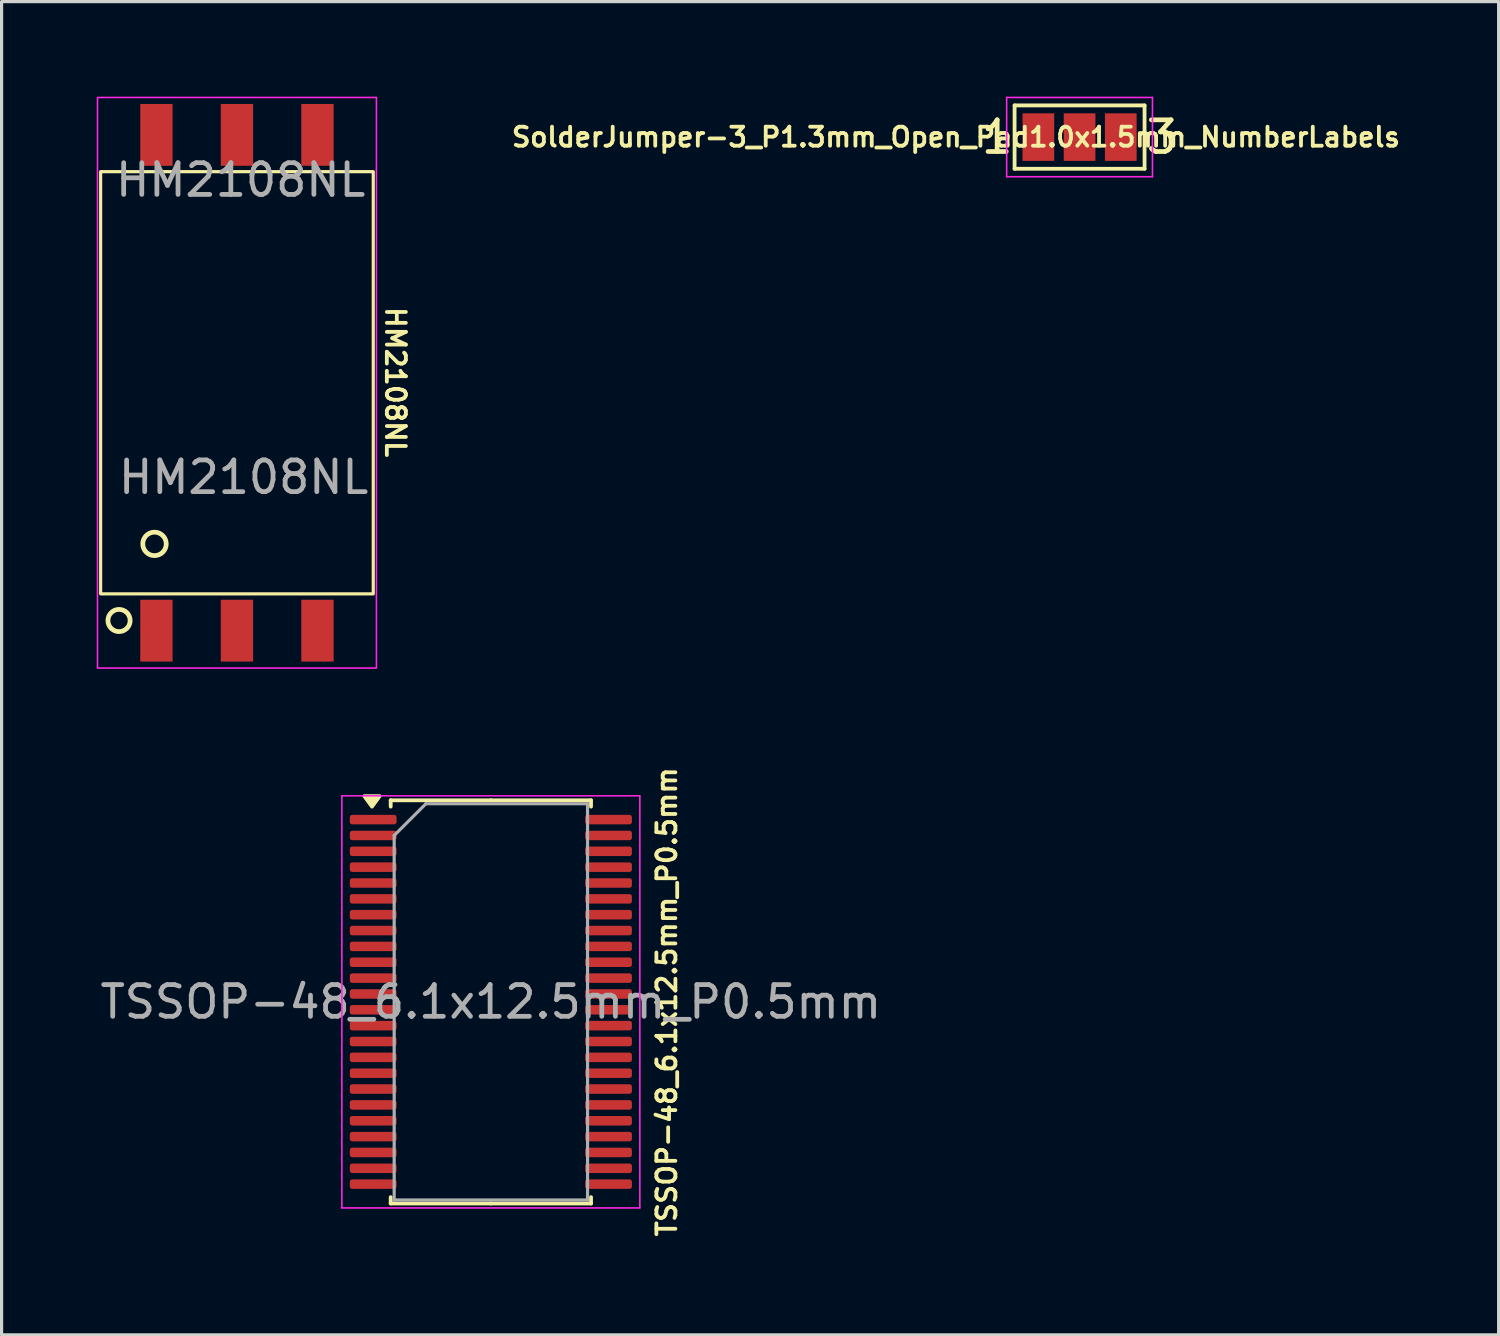
<source format=kicad_pcb>
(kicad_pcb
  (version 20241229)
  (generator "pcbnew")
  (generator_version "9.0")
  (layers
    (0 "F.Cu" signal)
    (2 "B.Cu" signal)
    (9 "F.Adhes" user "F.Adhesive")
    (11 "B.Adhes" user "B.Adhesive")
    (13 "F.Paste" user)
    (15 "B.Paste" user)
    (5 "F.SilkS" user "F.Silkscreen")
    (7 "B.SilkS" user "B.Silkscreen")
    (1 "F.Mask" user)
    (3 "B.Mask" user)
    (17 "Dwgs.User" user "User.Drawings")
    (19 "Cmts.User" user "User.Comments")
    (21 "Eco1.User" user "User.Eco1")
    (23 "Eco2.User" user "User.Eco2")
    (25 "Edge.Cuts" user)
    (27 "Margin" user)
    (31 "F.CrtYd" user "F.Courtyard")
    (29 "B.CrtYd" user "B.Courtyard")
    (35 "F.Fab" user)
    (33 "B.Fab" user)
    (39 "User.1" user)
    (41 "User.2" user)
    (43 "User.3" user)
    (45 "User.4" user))
  (footprint "HM2108NL"
    (layer "F.Cu")
    (at 4.425 9.025)
    (property "Reference" "HM2108NL" (at 5 -0.02 270) (unlocked yes) (layer "F.SilkS") (effects (font (size 0.6 0.6) (thickness 0.12))))
    (attr smd)
    (fp_rect (start -4.3 -6.66) (end 4.3 6.66) (stroke (width 0.1) (type default)) (fill no) (layer "F.SilkS"))
    (fp_circle (center -3.72 7.5) (end -3.37 7.49) (stroke (width 0.15) (type solid)) (fill no) (layer "F.SilkS"))
    (fp_circle (center -2.601 5.083) (end -2.245 4.982) (stroke (width 0.15) (type solid)) (fill no) (layer "F.SilkS"))
    (fp_rect (start -4.4 -9) (end 4.4 9) (stroke (width 0.05) (type default)) (fill no) (layer "F.CrtYd"))
    (fp_text user "${REFERENCE}" (at 0.117 -6.397 180) (layer "F.Fab") (effects (font (size 1 1) (thickness 0.15))))
    (fp_text user "${REFERENCE}" (at 0.21 2.98 0) (unlocked yes) (layer "F.Fab") (effects (font (size 1 1) (thickness 0.15))))
    (pad "1" smd rect (at -2.54 7.82) (size 1.02 1.95) (layers "F.Cu" "F.Mask" "F.Paste"))
    (pad "2" smd rect (at 0 7.82) (size 1.02 1.95) (layers "F.Cu" "F.Mask" "F.Paste"))
    (pad "3" smd rect (at 2.54 7.82) (size 1.02 1.95) (layers "F.Cu" "F.Mask" "F.Paste"))
    (pad "4" smd rect (at 2.54 -7.82) (size 1.02 1.95) (layers "F.Cu" "F.Mask" "F.Paste"))
    (pad "5" smd rect (at 0 -7.82) (size 1.02 1.95) (layers "F.Cu" "F.Mask" "F.Paste"))
    (pad "6" smd rect (at -2.54 -7.82) (size 1.02 1.95) (layers "F.Cu" "F.Mask" "F.Paste")))
  (footprint "SolderJumper-3_P1.3mm_Open_Pad1.0x1.5mm_NumberLabels"
    (layer "F.Cu")
    (at 31.007 1.275)
    (property "Reference" "SolderJumper-3_P1.3mm_Open_Pad1.0x1.5mm_NumberLabels" (at -3.9 0 0) (layer "F.SilkS") (effects (font (size 0.6 0.6) (thickness 0.12))))
    (attr exclude_from_pos_files exclude_from_bom)
    (fp_line (start -2.05 -1) (end 2.05 -1) (stroke (width 0.12) (type solid)) (layer "F.SilkS"))
    (fp_line (start -2.05 1) (end -2.05 -1) (stroke (width 0.12) (type solid)) (layer "F.SilkS"))
    (fp_line (start 2.05 -1) (end 2.05 1) (stroke (width 0.12) (type solid)) (layer "F.SilkS"))
    (fp_line (start 2.05 1) (end -2.05 1) (stroke (width 0.12) (type solid)) (layer "F.SilkS"))
    (fp_line (start -2.3 -1.25) (end -2.3 1.25) (stroke (width 0.05) (type solid)) (layer "F.CrtYd"))
    (fp_line (start -2.3 -1.25) (end 2.3 -1.25) (stroke (width 0.05) (type solid)) (layer "F.CrtYd"))
    (fp_line (start 2.3 1.25) (end -2.3 1.25) (stroke (width 0.05) (type solid)) (layer "F.CrtYd"))
    (fp_line (start 2.3 1.25) (end 2.3 -1.25) (stroke (width 0.05) (type solid)) (layer "F.CrtYd"))
    (fp_text user "1" (at -2.6 0 0) (layer "F.SilkS") (effects (font (size 1 1) (thickness 0.15))))
    (fp_text user "3" (at 2.6 0 0) (layer "F.SilkS") (effects (font (size 1 1) (thickness 0.15))))
    (pad "1" smd rect (at -1.3 0) (size 1 1.5) (layers "F.Cu" "F.Mask"))
    (pad "2" smd rect (at 0 0) (size 1 1.5) (layers "F.Cu" "F.Mask"))
    (pad "3" smd rect (at 1.3 0) (size 1 1.5) (layers "F.Cu" "F.Mask")))
  (footprint "TSSOP-48_6.1x12.5mm_P0.5mm"
    (layer "F.Cu")
    (at 12.435 28.556)
    (property "Reference" "TSSOP-48_6.1x12.5mm_P0.5mm" (at 5.55 0 90) (layer "F.SilkS") (effects (font (size 0.6 0.6) (thickness 0.12))))
    (attr smd)
    (fp_line (start -3.16 -6.36) (end -3.16 -6.16) (stroke (width 0.12) (type solid)) (layer "F.SilkS"))
    (fp_line (start -3.16 6.36) (end -3.16 6.16) (stroke (width 0.12) (type solid)) (layer "F.SilkS"))
    (fp_line (start 0 -6.36) (end -3.16 -6.36) (stroke (width 0.12) (type solid)) (layer "F.SilkS"))
    (fp_line (start 0 -6.36) (end 3.16 -6.36) (stroke (width 0.12) (type solid)) (layer "F.SilkS"))
    (fp_line (start 0 6.36) (end -3.16 6.36) (stroke (width 0.12) (type solid)) (layer "F.SilkS"))
    (fp_line (start 0 6.36) (end 3.16 6.36) (stroke (width 0.12) (type solid)) (layer "F.SilkS"))
    (fp_line (start 3.16 -6.36) (end 3.16 -6.16) (stroke (width 0.12) (type solid)) (layer "F.SilkS"))
    (fp_line (start 3.16 6.36) (end 3.16 6.16) (stroke (width 0.12) (type solid)) (layer "F.SilkS"))
    (fp_poly (pts (xy -3.75 -6.16) (xy -3.99 -6.49) (xy -3.51 -6.49) (xy -3.75 -6.16)) (stroke (width 0.12) (type solid)) (fill yes) (layer "F.SilkS"))
    (fp_line (start -4.7 -6.5) (end -4.7 6.5) (stroke (width 0.05) (type solid)) (layer "F.CrtYd"))
    (fp_line (start -4.7 6.5) (end 4.7 6.5) (stroke (width 0.05) (type solid)) (layer "F.CrtYd"))
    (fp_line (start 4.7 -6.5) (end -4.7 -6.5) (stroke (width 0.05) (type solid)) (layer "F.CrtYd"))
    (fp_line (start 4.7 6.5) (end 4.7 -6.5) (stroke (width 0.05) (type solid)) (layer "F.CrtYd"))
    (fp_line (start -3.05 -5.25) (end -2.05 -6.25) (stroke (width 0.1) (type solid)) (layer "F.Fab"))
    (fp_line (start -3.05 6.25) (end -3.05 -5.25) (stroke (width 0.1) (type solid)) (layer "F.Fab"))
    (fp_line (start -2.05 -6.25) (end 3.05 -6.25) (stroke (width 0.1) (type solid)) (layer "F.Fab"))
    (fp_line (start 3.05 -6.25) (end 3.05 6.25) (stroke (width 0.1) (type solid)) (layer "F.Fab"))
    (fp_line (start 3.05 6.25) (end -3.05 6.25) (stroke (width 0.1) (type solid)) (layer "F.Fab"))
    (fp_text user "${REFERENCE}" (at 0 0 0) (layer "F.Fab") (effects (font (size 1 1) (thickness 0.15))))
    (pad "1" smd roundrect (at -3.712 -5.75) (size 1.475 0.3) (layers "F.Cu" "F.Mask" "F.Paste") (roundrect_rratio 0.25))
    (pad "2" smd roundrect (at -3.712 -5.25) (size 1.475 0.3) (layers "F.Cu" "F.Mask" "F.Paste") (roundrect_rratio 0.25))
    (pad "3" smd roundrect (at -3.712 -4.75) (size 1.475 0.3) (layers "F.Cu" "F.Mask" "F.Paste") (roundrect_rratio 0.25))
    (pad "4" smd roundrect (at -3.712 -4.25) (size 1.475 0.3) (layers "F.Cu" "F.Mask" "F.Paste") (roundrect_rratio 0.25))
    (pad "5" smd roundrect (at -3.712 -3.75) (size 1.475 0.3) (layers "F.Cu" "F.Mask" "F.Paste") (roundrect_rratio 0.25))
    (pad "6" smd roundrect (at -3.712 -3.25) (size 1.475 0.3) (layers "F.Cu" "F.Mask" "F.Paste") (roundrect_rratio 0.25))
    (pad "7" smd roundrect (at -3.712 -2.75) (size 1.475 0.3) (layers "F.Cu" "F.Mask" "F.Paste") (roundrect_rratio 0.25))
    (pad "8" smd roundrect (at -3.712 -2.25) (size 1.475 0.3) (layers "F.Cu" "F.Mask" "F.Paste") (roundrect_rratio 0.25))
    (pad "9" smd roundrect (at -3.712 -1.75) (size 1.475 0.3) (layers "F.Cu" "F.Mask" "F.Paste") (roundrect_rratio 0.25))
    (pad "10" smd roundrect (at -3.712 -1.25) (size 1.475 0.3) (layers "F.Cu" "F.Mask" "F.Paste") (roundrect_rratio 0.25))
    (pad "11" smd roundrect (at -3.712 -0.75) (size 1.475 0.3) (layers "F.Cu" "F.Mask" "F.Paste") (roundrect_rratio 0.25))
    (pad "12" smd roundrect (at -3.712 -0.25) (size 1.475 0.3) (layers "F.Cu" "F.Mask" "F.Paste") (roundrect_rratio 0.25))
    (pad "13" smd roundrect (at -3.712 0.25) (size 1.475 0.3) (layers "F.Cu" "F.Mask" "F.Paste") (roundrect_rratio 0.25))
    (pad "14" smd roundrect (at -3.712 0.75) (size 1.475 0.3) (layers "F.Cu" "F.Mask" "F.Paste") (roundrect_rratio 0.25))
    (pad "15" smd roundrect (at -3.712 1.25) (size 1.475 0.3) (layers "F.Cu" "F.Mask" "F.Paste") (roundrect_rratio 0.25))
    (pad "16" smd roundrect (at -3.712 1.75) (size 1.475 0.3) (layers "F.Cu" "F.Mask" "F.Paste") (roundrect_rratio 0.25))
    (pad "17" smd roundrect (at -3.712 2.25) (size 1.475 0.3) (layers "F.Cu" "F.Mask" "F.Paste") (roundrect_rratio 0.25))
    (pad "18" smd roundrect (at -3.712 2.75) (size 1.475 0.3) (layers "F.Cu" "F.Mask" "F.Paste") (roundrect_rratio 0.25))
    (pad "19" smd roundrect (at -3.712 3.25) (size 1.475 0.3) (layers "F.Cu" "F.Mask" "F.Paste") (roundrect_rratio 0.25))
    (pad "20" smd roundrect (at -3.712 3.75) (size 1.475 0.3) (layers "F.Cu" "F.Mask" "F.Paste") (roundrect_rratio 0.25))
    (pad "21" smd roundrect (at -3.712 4.25) (size 1.475 0.3) (layers "F.Cu" "F.Mask" "F.Paste") (roundrect_rratio 0.25))
    (pad "22" smd roundrect (at -3.712 4.75) (size 1.475 0.3) (layers "F.Cu" "F.Mask" "F.Paste") (roundrect_rratio 0.25))
    (pad "23" smd roundrect (at -3.712 5.25) (size 1.475 0.3) (layers "F.Cu" "F.Mask" "F.Paste") (roundrect_rratio 0.25))
    (pad "24" smd roundrect (at -3.712 5.75) (size 1.475 0.3) (layers "F.Cu" "F.Mask" "F.Paste") (roundrect_rratio 0.25))
    (pad "25" smd roundrect (at 3.712 5.75) (size 1.475 0.3) (layers "F.Cu" "F.Mask" "F.Paste") (roundrect_rratio 0.25))
    (pad "26" smd roundrect (at 3.712 5.25) (size 1.475 0.3) (layers "F.Cu" "F.Mask" "F.Paste") (roundrect_rratio 0.25))
    (pad "27" smd roundrect (at 3.712 4.75) (size 1.475 0.3) (layers "F.Cu" "F.Mask" "F.Paste") (roundrect_rratio 0.25))
    (pad "28" smd roundrect (at 3.712 4.25) (size 1.475 0.3) (layers "F.Cu" "F.Mask" "F.Paste") (roundrect_rratio 0.25))
    (pad "29" smd roundrect (at 3.712 3.75) (size 1.475 0.3) (layers "F.Cu" "F.Mask" "F.Paste") (roundrect_rratio 0.25))
    (pad "30" smd roundrect (at 3.712 3.25) (size 1.475 0.3) (layers "F.Cu" "F.Mask" "F.Paste") (roundrect_rratio 0.25))
    (pad "31" smd roundrect (at 3.712 2.75) (size 1.475 0.3) (layers "F.Cu" "F.Mask" "F.Paste") (roundrect_rratio 0.25))
    (pad "32" smd roundrect (at 3.712 2.25) (size 1.475 0.3) (layers "F.Cu" "F.Mask" "F.Paste") (roundrect_rratio 0.25))
    (pad "33" smd roundrect (at 3.712 1.75) (size 1.475 0.3) (layers "F.Cu" "F.Mask" "F.Paste") (roundrect_rratio 0.25))
    (pad "34" smd roundrect (at 3.712 1.25) (size 1.475 0.3) (layers "F.Cu" "F.Mask" "F.Paste") (roundrect_rratio 0.25))
    (pad "35" smd roundrect (at 3.712 0.75) (size 1.475 0.3) (layers "F.Cu" "F.Mask" "F.Paste") (roundrect_rratio 0.25))
    (pad "36" smd roundrect (at 3.712 0.25) (size 1.475 0.3) (layers "F.Cu" "F.Mask" "F.Paste") (roundrect_rratio 0.25))
    (pad "37" smd roundrect (at 3.712 -0.25) (size 1.475 0.3) (layers "F.Cu" "F.Mask" "F.Paste") (roundrect_rratio 0.25))
    (pad "38" smd roundrect (at 3.712 -0.75) (size 1.475 0.3) (layers "F.Cu" "F.Mask" "F.Paste") (roundrect_rratio 0.25))
    (pad "39" smd roundrect (at 3.712 -1.25) (size 1.475 0.3) (layers "F.Cu" "F.Mask" "F.Paste") (roundrect_rratio 0.25))
    (pad "40" smd roundrect (at 3.712 -1.75) (size 1.475 0.3) (layers "F.Cu" "F.Mask" "F.Paste") (roundrect_rratio 0.25))
    (pad "41" smd roundrect (at 3.712 -2.25) (size 1.475 0.3) (layers "F.Cu" "F.Mask" "F.Paste") (roundrect_rratio 0.25))
    (pad "42" smd roundrect (at 3.712 -2.75) (size 1.475 0.3) (layers "F.Cu" "F.Mask" "F.Paste") (roundrect_rratio 0.25))
    (pad "43" smd roundrect (at 3.712 -3.25) (size 1.475 0.3) (layers "F.Cu" "F.Mask" "F.Paste") (roundrect_rratio 0.25))
    (pad "44" smd roundrect (at 3.712 -3.75) (size 1.475 0.3) (layers "F.Cu" "F.Mask" "F.Paste") (roundrect_rratio 0.25))
    (pad "45" smd roundrect (at 3.712 -4.25) (size 1.475 0.3) (layers "F.Cu" "F.Mask" "F.Paste") (roundrect_rratio 0.25))
    (pad "46" smd roundrect (at 3.712 -4.75) (size 1.475 0.3) (layers "F.Cu" "F.Mask" "F.Paste") (roundrect_rratio 0.25))
    (pad "47" smd roundrect (at 3.712 -5.25) (size 1.475 0.3) (layers "F.Cu" "F.Mask" "F.Paste") (roundrect_rratio 0.25))
    (pad "48" smd roundrect (at 3.712 -5.75) (size 1.475 0.3) (layers "F.Cu" "F.Mask" "F.Paste") (roundrect_rratio 0.25)))
  (gr_rect
    (start -3 -3)
    (end 44.227 39.061)
    (stroke (width 0.1) (type default))
    (fill no)
    (layer "Edge.Cuts")))
</source>
